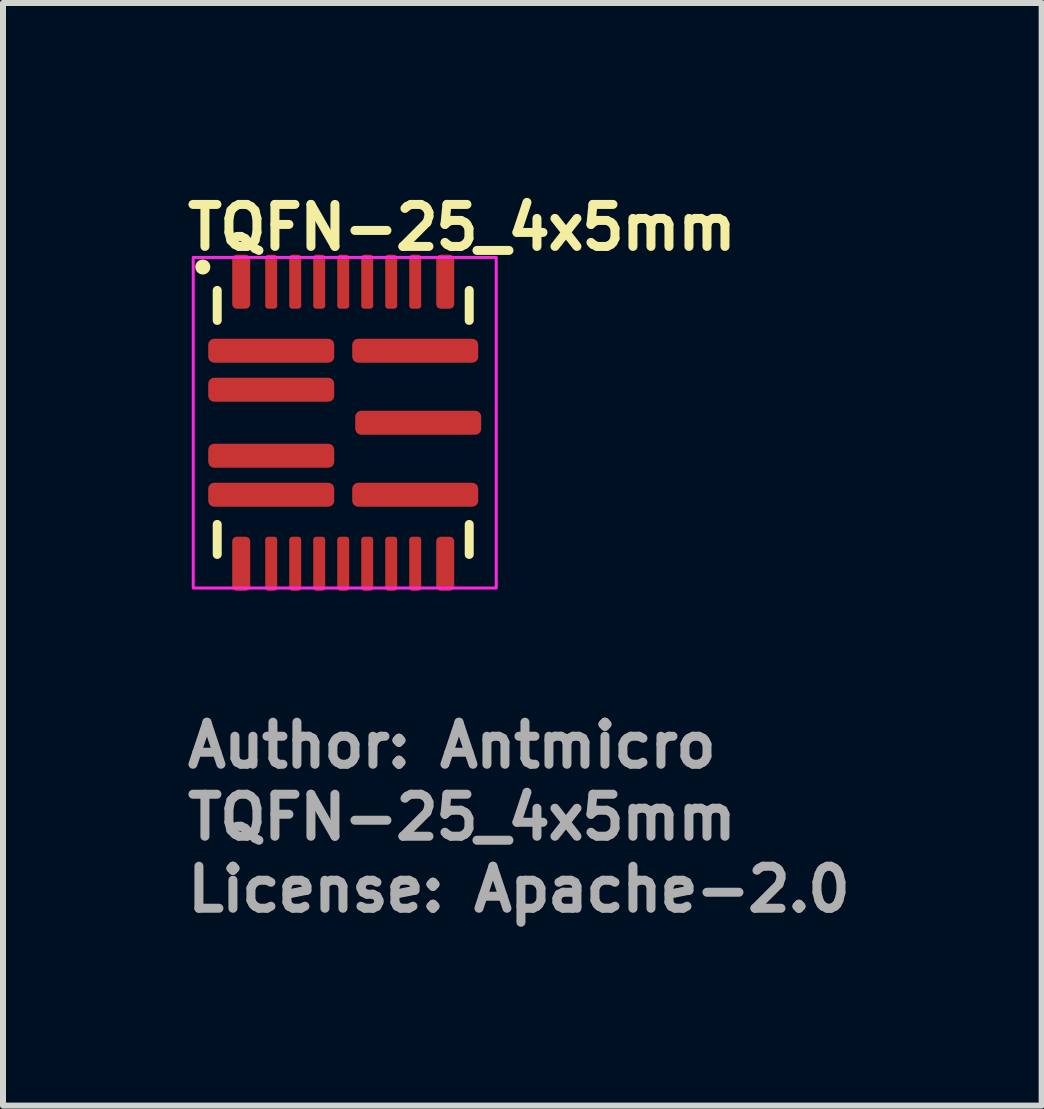
<source format=kicad_pcb>
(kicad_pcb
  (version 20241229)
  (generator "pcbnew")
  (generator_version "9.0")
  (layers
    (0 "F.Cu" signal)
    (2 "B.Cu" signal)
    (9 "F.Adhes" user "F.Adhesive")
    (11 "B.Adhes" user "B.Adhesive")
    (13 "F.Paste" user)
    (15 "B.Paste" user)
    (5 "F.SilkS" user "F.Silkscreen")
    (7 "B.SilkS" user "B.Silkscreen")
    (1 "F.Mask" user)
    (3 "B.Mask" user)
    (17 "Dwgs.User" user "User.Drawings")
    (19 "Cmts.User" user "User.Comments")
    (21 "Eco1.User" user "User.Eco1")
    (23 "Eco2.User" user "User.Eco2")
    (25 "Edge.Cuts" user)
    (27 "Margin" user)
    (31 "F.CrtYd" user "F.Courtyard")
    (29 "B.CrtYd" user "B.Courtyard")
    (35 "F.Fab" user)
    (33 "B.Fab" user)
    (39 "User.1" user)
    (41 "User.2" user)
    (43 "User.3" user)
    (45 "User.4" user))
  (footprint "TQFN-25_4x5mm"
    (layer "F.Cu")
    (at 2.67 3.99)
    (property "Reference" "TQFN-25_4x5mm" (at -2.67 -2.84 0) (unlocked yes) (layer "F.SilkS") (effects (font (size 0.7 0.7) (thickness 0.15)) (justify left bottom)))
    (attr smd)
    (fp_line (start -2.1 -1.7) (end -2.1 -2.2) (stroke (width 0.15) (type solid)) (layer "F.SilkS"))
    (fp_line (start -2.1 2.2) (end -2.1 1.7) (stroke (width 0.15) (type solid)) (layer "F.SilkS"))
    (fp_line (start 2.1 -2.2) (end 2.1 -1.7) (stroke (width 0.15) (type solid)) (layer "F.SilkS"))
    (fp_line (start 2.1 2.2) (end 2.1 1.7) (stroke (width 0.15) (type solid)) (layer "F.SilkS"))
    (fp_circle (center -2.34 -2.59) (end -2.29 -2.59) (stroke (width 0.15) (type solid)) (fill yes) (layer "F.SilkS"))
    (fp_rect (start -2.5 -2.75) (end 2.55 2.76) (stroke (width 0.05) (type solid)) (fill no) (layer "F.CrtYd"))
    (fp_rect (start -2 -2.5) (end 2 2.5) (stroke (width 0.1) (type solid)) (fill no) (layer "User.5"))
    (fp_line (start -2 -2.5) (end -2 2.5) (stroke (width 0.02) (type solid)) (layer "User.9"))
    (fp_line (start -2 2.5) (end 2 2.5) (stroke (width 0.02) (type solid)) (layer "User.9"))
    (fp_line (start -1.718 -1.991) (end -1.715 -2.027) (stroke (width 0.02) (type solid)) (layer "User.9"))
    (fp_line (start -1.715 -2.027) (end -1.704 -2.06) (stroke (width 0.02) (type solid)) (layer "User.9"))
    (fp_line (start -1.715 -1.956) (end -1.718 -1.991) (stroke (width 0.02) (type solid)) (layer "User.9"))
    (fp_line (start -1.704 -2.06) (end -1.686 -2.091) (stroke (width 0.02) (type solid)) (layer "User.9"))
    (fp_line (start -1.704 -1.922) (end -1.715 -1.956) (stroke (width 0.02) (type solid)) (layer "User.9"))
    (fp_line (start -1.686 -2.091) (end -1.662 -2.117) (stroke (width 0.02) (type solid)) (layer "User.9"))
    (fp_line (start -1.686 -1.892) (end -1.704 -1.922) (stroke (width 0.02) (type solid)) (layer "User.9"))
    (fp_line (start -1.662 -2.117) (end -1.634 -2.138) (stroke (width 0.02) (type solid)) (layer "User.9"))
    (fp_line (start -1.662 -1.865) (end -1.686 -1.892) (stroke (width 0.02) (type solid)) (layer "User.9"))
    (fp_line (start -1.634 -2.138) (end -1.601 -2.152) (stroke (width 0.02) (type solid)) (layer "User.9"))
    (fp_line (start -1.634 -1.845) (end -1.662 -1.865) (stroke (width 0.02) (type solid)) (layer "User.9"))
    (fp_line (start -1.601 -2.152) (end -1.567 -2.16) (stroke (width 0.02) (type solid)) (layer "User.9"))
    (fp_line (start -1.601 -1.83) (end -1.634 -1.845) (stroke (width 0.02) (type solid)) (layer "User.9"))
    (fp_line (start -1.567 -2.16) (end -1.531 -2.16) (stroke (width 0.02) (type solid)) (layer "User.9"))
    (fp_line (start -1.567 -1.823) (end -1.601 -1.83) (stroke (width 0.02) (type solid)) (layer "User.9"))
    (fp_line (start -1.531 -2.16) (end -1.497 -2.152) (stroke (width 0.02) (type solid)) (layer "User.9"))
    (fp_line (start -1.531 -1.823) (end -1.567 -1.823) (stroke (width 0.02) (type solid)) (layer "User.9"))
    (fp_line (start -1.497 -2.152) (end -1.464 -2.138) (stroke (width 0.02) (type solid)) (layer "User.9"))
    (fp_line (start -1.497 -1.83) (end -1.531 -1.823) (stroke (width 0.02) (type solid)) (layer "User.9"))
    (fp_line (start -1.464 -2.138) (end -1.436 -2.117) (stroke (width 0.02) (type solid)) (layer "User.9"))
    (fp_line (start -1.464 -1.845) (end -1.497 -1.83) (stroke (width 0.02) (type solid)) (layer "User.9"))
    (fp_line (start -1.436 -2.117) (end -1.412 -2.091) (stroke (width 0.02) (type solid)) (layer "User.9"))
    (fp_line (start -1.436 -1.865) (end -1.464 -1.845) (stroke (width 0.02) (type solid)) (layer "User.9"))
    (fp_line (start -1.412 -2.091) (end -1.394 -2.06) (stroke (width 0.02) (type solid)) (layer "User.9"))
    (fp_line (start -1.412 -1.892) (end -1.436 -1.865) (stroke (width 0.02) (type solid)) (layer "User.9"))
    (fp_line (start -1.394 -2.06) (end -1.383 -2.027) (stroke (width 0.02) (type solid)) (layer "User.9"))
    (fp_line (start -1.394 -1.922) (end -1.412 -1.892) (stroke (width 0.02) (type solid)) (layer "User.9"))
    (fp_line (start -1.383 -2.027) (end -1.38 -1.991) (stroke (width 0.02) (type solid)) (layer "User.9"))
    (fp_line (start -1.383 -1.956) (end -1.394 -1.922) (stroke (width 0.02) (type solid)) (layer "User.9"))
    (fp_line (start -1.38 -1.991) (end -1.383 -1.956) (stroke (width 0.02) (type solid)) (layer "User.9"))
    (fp_line (start 2 -2.5) (end -2 -2.5) (stroke (width 0.02) (type solid)) (layer "User.9"))
    (fp_line (start 2 2.5) (end 2 -2.5) (stroke (width 0.02) (type solid)) (layer "User.9"))
    (fp_text user "${REFERENCE}" (at -2.67 6.99 0) (unlocked yes) (layer "F.Fab") (effects (font (size 0.7 0.7) (thickness 0.15)) (justify left bottom)))
    (fp_text user "Author: Antmicro" (at -2.67 5.79 0) (layer "F.Fab") (effects (font (size 0.7 0.7) (thickness 0.15)) (justify left bottom)))
    (fp_text user "License: Apache-2.0" (at -2.67 8.19 0) (layer "F.Fab") (effects (font (size 0.7 0.7) (thickness 0.15)) (justify left bottom)))
    (pad "1" smd roundrect (at -1.2 -1.195 180) (size 2.1 0.4) (layers "F.Cu" "F.Mask" "F.Paste") (roundrect_rratio 0.25))
    (pad "2" smd roundrect (at -1.2 -0.545 180) (size 2.1 0.4) (layers "F.Cu" "F.Mask" "F.Paste") (roundrect_rratio 0.25))
    (pad "3" smd roundrect (at -1.2 0.555 180) (size 2.1 0.4) (layers "F.Cu" "F.Mask" "F.Paste") (roundrect_rratio 0.25))
    (pad "4" smd roundrect (at -1.2 1.205 180) (size 2.1 0.4) (layers "F.Cu" "F.Mask" "F.Paste") (roundrect_rratio 0.25))
    (pad "5" smd roundrect (at -1.7 2.355 90) (size 0.9 0.3) (layers "F.Cu" "F.Mask" "F.Paste") (roundrect_rratio 0.25))
    (pad "6" smd roundrect (at -1.2 2.355 90) (size 0.9 0.2) (layers "F.Cu" "F.Mask" "F.Paste") (roundrect_rratio 0.25))
    (pad "7" smd roundrect (at -0.8 2.355 90) (size 0.9 0.2) (layers "F.Cu" "F.Mask" "F.Paste") (roundrect_rratio 0.25))
    (pad "8" smd roundrect (at -0.4 2.355 90) (size 0.9 0.2) (layers "F.Cu" "F.Mask" "F.Paste") (roundrect_rratio 0.25))
    (pad "9" smd roundrect (at 0 2.355 90) (size 0.9 0.2) (layers "F.Cu" "F.Mask" "F.Paste") (roundrect_rratio 0.25))
    (pad "10" smd roundrect (at 0.4 2.355 90) (size 0.9 0.2) (layers "F.Cu" "F.Mask" "F.Paste") (roundrect_rratio 0.25))
    (pad "11" smd roundrect (at 0.8 2.355 90) (size 0.9 0.2) (layers "F.Cu" "F.Mask" "F.Paste") (roundrect_rratio 0.25))
    (pad "12" smd roundrect (at 1.2 2.355 90) (size 0.9 0.2) (layers "F.Cu" "F.Mask" "F.Paste") (roundrect_rratio 0.25))
    (pad "13" smd roundrect (at 1.7 2.355 90) (size 0.9 0.3) (layers "F.Cu" "F.Mask" "F.Paste") (roundrect_rratio 0.25))
    (pad "14" smd roundrect (at 1.2 1.205 180) (size 2.1 0.4) (layers "F.Cu" "F.Mask" "F.Paste") (roundrect_rratio 0.25))
    (pad "15" smd roundrect (at 1.25 0.005 180) (size 2.1 0.4) (layers "F.Cu" "F.Mask" "F.Paste") (roundrect_rratio 0.25))
    (pad "16" smd roundrect (at 1.2 -1.195 180) (size 2.1 0.4) (layers "F.Cu" "F.Mask" "F.Paste") (roundrect_rratio 0.25))
    (pad "17" smd roundrect (at 1.7 -2.345 90) (size 0.9 0.3) (layers "F.Cu" "F.Mask" "F.Paste") (roundrect_rratio 0.25))
    (pad "18" smd roundrect (at 1.2 -2.345 90) (size 0.9 0.2) (layers "F.Cu" "F.Mask" "F.Paste") (roundrect_rratio 0.25))
    (pad "19" smd roundrect (at 0.8 -2.345 90) (size 0.9 0.2) (layers "F.Cu" "F.Mask" "F.Paste") (roundrect_rratio 0.25))
    (pad "20" smd roundrect (at 0.4 -2.345 90) (size 0.9 0.2) (layers "F.Cu" "F.Mask" "F.Paste") (roundrect_rratio 0.25))
    (pad "21" smd roundrect (at 0 -2.345 90) (size 0.9 0.2) (layers "F.Cu" "F.Mask" "F.Paste") (roundrect_rratio 0.25))
    (pad "22" smd roundrect (at -0.4 -2.345 90) (size 0.9 0.2) (layers "F.Cu" "F.Mask" "F.Paste") (roundrect_rratio 0.25))
    (pad "23" smd roundrect (at -0.8 -2.345 90) (size 0.9 0.2) (layers "F.Cu" "F.Mask" "F.Paste") (roundrect_rratio 0.25))
    (pad "24" smd roundrect (at -1.2 -2.345 90) (size 0.9 0.2) (layers "F.Cu" "F.Mask" "F.Paste") (roundrect_rratio 0.25))
    (pad "25" smd roundrect (at -1.7 -2.345 90) (size 0.9 0.3) (layers "F.Cu" "F.Mask" "F.Paste") (roundrect_rratio 0.25)))
  (gr_rect
    (start -3 -3)
    (end 14.31 15.376)
    (stroke (width 0.1) (type default))
    (fill no)
    (layer "Edge.Cuts")))
</source>
